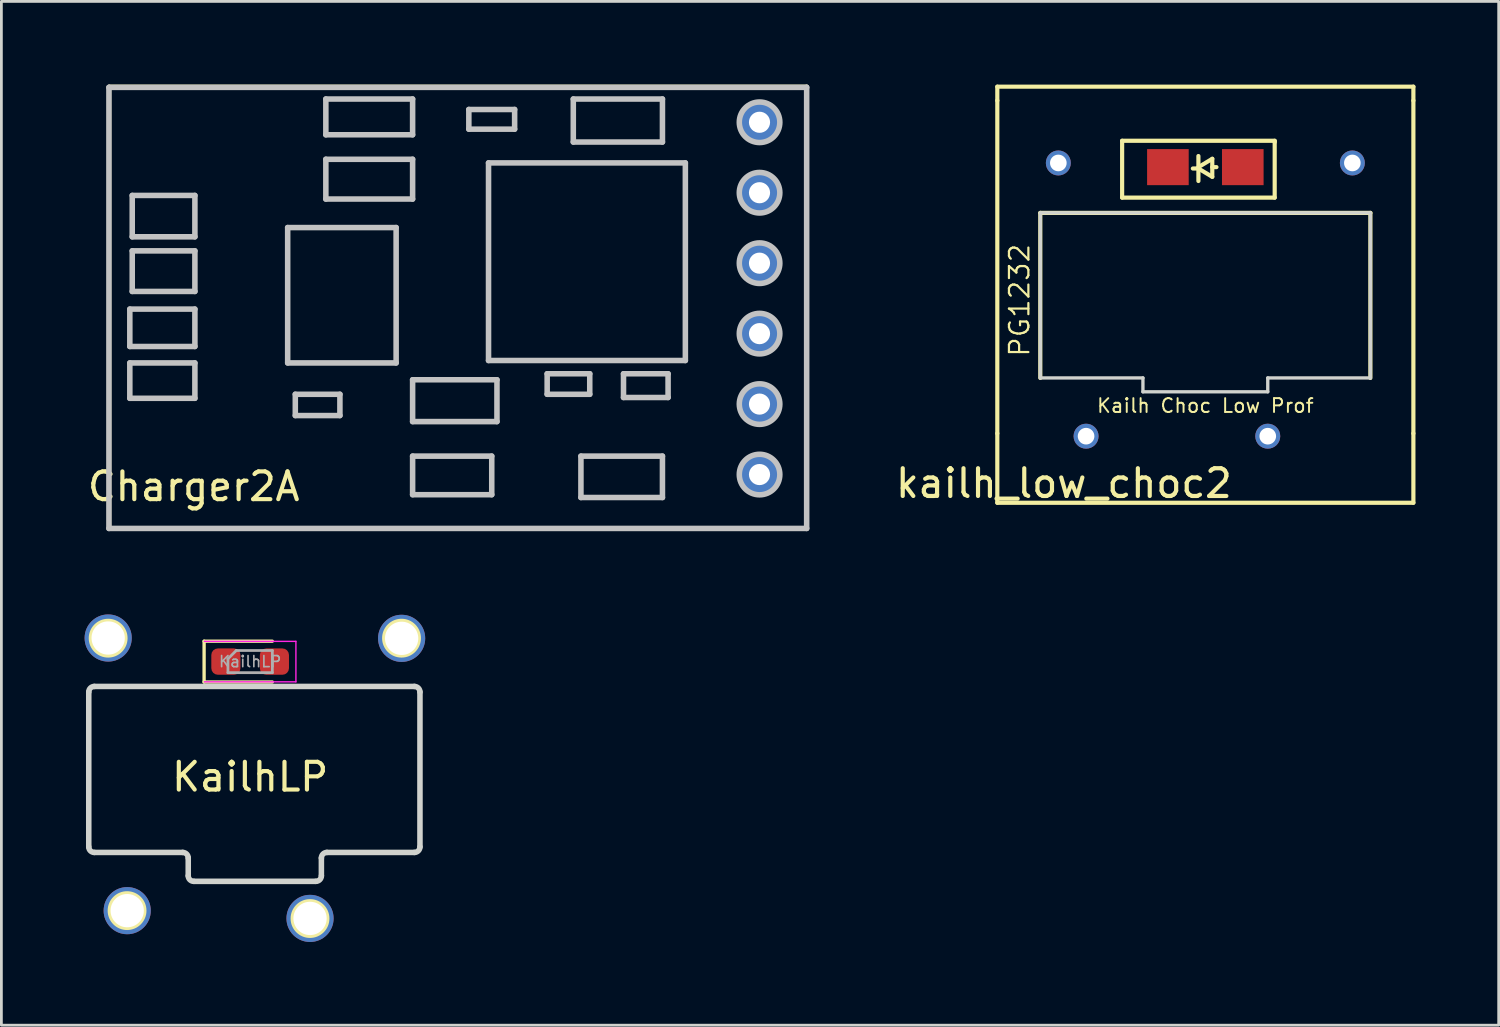
<source format=kicad_pcb>
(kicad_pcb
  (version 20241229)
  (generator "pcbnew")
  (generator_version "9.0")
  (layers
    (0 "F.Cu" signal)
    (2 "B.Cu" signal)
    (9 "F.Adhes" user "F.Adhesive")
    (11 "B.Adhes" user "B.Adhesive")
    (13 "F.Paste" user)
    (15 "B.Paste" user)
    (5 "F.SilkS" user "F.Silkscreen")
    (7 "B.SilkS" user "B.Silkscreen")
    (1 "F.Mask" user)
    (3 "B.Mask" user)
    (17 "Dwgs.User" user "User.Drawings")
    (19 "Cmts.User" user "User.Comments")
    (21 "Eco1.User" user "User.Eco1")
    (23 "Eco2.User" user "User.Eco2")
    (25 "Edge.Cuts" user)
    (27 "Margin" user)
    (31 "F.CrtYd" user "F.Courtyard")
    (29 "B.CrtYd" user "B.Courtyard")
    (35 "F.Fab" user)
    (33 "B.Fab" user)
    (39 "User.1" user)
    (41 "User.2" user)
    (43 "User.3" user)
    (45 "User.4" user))
  (footprint "KailhLP"
    (layer "F.Cu")
    (at 5.968 24.459)
    (property "Reference" "KailhLP" (at 0 0.5 0) (layer "F.SilkS") (effects (font (size 1 1) (thickness 0.15))))
    (attr through_hole)
    (fp_line (start -1.66 -4.393) (end -1.66 -2.923) (stroke (width 0.12) (type solid)) (layer "F.SilkS"))
    (fp_line (start -1.66 -2.923) (end 0.8 -2.923) (stroke (width 0.12) (type solid)) (layer "F.SilkS"))
    (fp_line (start 0.8 -4.393) (end -1.66 -4.393) (stroke (width 0.12) (type solid)) (layer "F.SilkS"))
    (fp_circle (center -5.119 -4.502) (end -4.519 -4.502) (stroke (width 0.2) (type solid)) (fill no) (layer "F.SilkS"))
    (fp_circle (center -4.437 5.32) (end -3.837 5.32) (stroke (width 0.2) (type solid)) (fill no) (layer "F.SilkS"))
    (fp_circle (center 2.158 5.605) (end 2.758 5.605) (stroke (width 0.2) (type solid)) (fill no) (layer "F.SilkS"))
    (fp_circle (center 5.457 -4.502) (end 6.057 -4.502) (stroke (width 0.2) (type solid)) (fill no) (layer "F.SilkS"))
    (fp_line (start -5.818 3.022) (end -5.818 -2.562) (stroke (width 0.2) (type solid)) (layer "Edge.Cuts"))
    (fp_line (start -5.618 -2.762) (end 5.922 -2.762) (stroke (width 0.2) (type solid)) (layer "Edge.Cuts"))
    (fp_line (start -5.618 3.222) (end -2.432 3.222) (stroke (width 0.2) (type solid)) (layer "Edge.Cuts"))
    (fp_line (start -2.232 3.422) (end -2.232 4.064) (stroke (width 0.2) (type solid)) (layer "Edge.Cuts"))
    (fp_line (start -2.032 4.264) (end 2.368 4.264) (stroke (width 0.2) (type solid)) (layer "Edge.Cuts"))
    (fp_line (start 2.568 3.422) (end 2.568 4.064) (stroke (width 0.2) (type solid)) (layer "Edge.Cuts"))
    (fp_line (start 2.768 3.222) (end 5.922 3.222) (stroke (width 0.2) (type solid)) (layer "Edge.Cuts"))
    (fp_line (start 6.122 3.022) (end 6.122 -2.562) (stroke (width 0.2) (type solid)) (layer "Edge.Cuts"))
    (fp_arc (start -5.817941 -2.561768) (mid -5.759362 -2.703189) (end -5.617941 -2.761768) (stroke (width 0.2) (type solid)) (layer "Edge.Cuts"))
    (fp_arc (start -5.617941 3.221903) (mid -5.759362 3.163324) (end -5.817941 3.021903) (stroke (width 0.2) (type solid)) (layer "Edge.Cuts"))
    (fp_arc (start -2.432 3.221903) (mid -2.290579 3.280482) (end -2.232 3.421903) (stroke (width 0.2) (type solid)) (layer "Edge.Cuts"))
    (fp_arc (start -2.032 4.264) (mid -2.173421 4.205421) (end -2.232 4.064) (stroke (width 0.2) (type solid)) (layer "Edge.Cuts"))
    (fp_arc (start 2.56831 3.421903) (mid 2.626889 3.280482) (end 2.76831 3.221903) (stroke (width 0.2) (type solid)) (layer "Edge.Cuts"))
    (fp_arc (start 2.56831 4.064) (mid 2.509731 4.205421) (end 2.36831 4.264) (stroke (width 0.2) (type solid)) (layer "Edge.Cuts"))
    (fp_arc (start 5.921518 -2.761768) (mid 6.062939 -2.703189) (end 6.121518 -2.561768) (stroke (width 0.2) (type solid)) (layer "Edge.Cuts"))
    (fp_arc (start 6.121518 3.021903) (mid 6.062939 3.163324) (end 5.921518 3.221903) (stroke (width 0.2) (type solid)) (layer "Edge.Cuts"))
    (fp_line (start -1.65 -4.388) (end 1.65 -4.388) (stroke (width 0.05) (type solid)) (layer "F.CrtYd"))
    (fp_line (start 1.65 -4.388) (end 1.65 -2.928) (stroke (width 0.05) (type solid)) (layer "F.CrtYd"))
    (fp_line (start 1.65 -2.928) (end -1.65 -2.928) (stroke (width 0.05) (type solid)) (layer "F.CrtYd"))
    (fp_line (start -0.8 -3.758) (end -0.8 -3.258) (stroke (width 0.1) (type solid)) (layer "F.Fab"))
    (fp_line (start -0.8 -3.258) (end 0.8 -3.258) (stroke (width 0.1) (type solid)) (layer "F.Fab"))
    (fp_line (start -0.5 -4.058) (end -0.8 -3.758) (stroke (width 0.1) (type solid)) (layer "F.Fab"))
    (fp_line (start 0.8 -4.058) (end -0.5 -4.058) (stroke (width 0.1) (type solid)) (layer "F.Fab"))
    (fp_line (start 0.8 -3.258) (end 0.8 -4.058) (stroke (width 0.1) (type solid)) (layer "F.Fab"))
    (fp_text user "${REFERENCE}" (at 0 -3.658 0) (layer "F.Fab") (effects (font (size 0.4 0.4) (thickness 0.06))))
    (pad "1" thru_hole circle (at -4.432 5.321) (size 1.7 1.7) (drill 1.2) (layers "*.Cu" "*.Mask"))
    (pad "2" thru_hole circle (at 2.159 5.601) (size 1.7 1.7) (drill 1.2) (layers "*.Cu" "*.Mask"))
    (pad "3" thru_hole circle (at -5.118 -4.508) (size 1.7 1.7) (drill 1.2) (layers "*.Cu" "*.Mask"))
    (pad "3" thru_hole circle (at 5.461 -4.496) (size 1.7 1.7) (drill 1.2) (layers "*.Cu" "*.Mask"))
    (pad "5" smd roundrect (at 0.875 -3.658) (size 1.05 0.95) (layers "F.Cu" "F.Mask" "F.Paste") (roundrect_rratio 0.25))
    (pad "6" smd roundrect (at -0.875 -3.658) (size 1.05 0.95) (layers "F.Cu" "F.Mask" "F.Paste") (roundrect_rratio 0.25)))
  (footprint "kailh_low_choc2"
    (layer "F.Cu")
    (at 40.404 7.575)
    (property "Reference" "kailh_low_choc2" (at -5.1 6.8 0) (layer "F.SilkS") (effects (font (size 1 1) (thickness 0.15))))
    (attr through_hole)
    (fp_line (start -7.5 -7.5) (end 7.5 -7.5) (stroke (width 0.15) (type solid)) (layer "F.SilkS"))
    (fp_line (start -7.5 -7) (end -7.5 -7.5) (stroke (width 0.15) (type solid)) (layer "F.SilkS"))
    (fp_line (start -7.5 -7) (end -7.5 5) (stroke (width 0.15) (type solid)) (layer "F.SilkS"))
    (fp_line (start -7.5 5) (end -7.5 7.5) (stroke (width 0.15) (type solid)) (layer "F.SilkS"))
    (fp_line (start -7.5 7.5) (end 7.5 7.5) (stroke (width 0.15) (type solid)) (layer "F.SilkS"))
    (fp_line (start -5.95 -2.95) (end 5.95 -2.95) (stroke (width 0.15) (type solid)) (layer "F.SilkS"))
    (fp_line (start -5.95 3) (end -5.95 -2.95) (stroke (width 0.15) (type solid)) (layer "F.SilkS"))
    (fp_line (start -3 -5.55) (end -3 -3.5) (stroke (width 0.15) (type solid)) (layer "F.SilkS"))
    (fp_line (start -3 -3.5) (end 2.5 -3.5) (stroke (width 0.15) (type solid)) (layer "F.SilkS"))
    (fp_line (start -0.3 -4.55) (end -0.45 -4.55) (stroke (width 0.15) (type solid)) (layer "F.SilkS"))
    (fp_line (start -0.25 -5) (end -0.25 -4.1) (stroke (width 0.15) (type solid)) (layer "F.SilkS"))
    (fp_line (start -0.25 -4.6) (end 0.25 -4.9) (stroke (width 0.15) (type solid)) (layer "F.SilkS"))
    (fp_line (start 0.25 -4.9) (end 0.25 -4.25) (stroke (width 0.15) (type solid)) (layer "F.SilkS"))
    (fp_line (start 0.25 -4.6) (end 0.4 -4.6) (stroke (width 0.15) (type solid)) (layer "F.SilkS"))
    (fp_line (start 0.25 -4.25) (end -0.25 -4.55) (stroke (width 0.15) (type solid)) (layer "F.SilkS"))
    (fp_line (start 2.5 -5.55) (end -3 -5.55) (stroke (width 0.15) (type solid)) (layer "F.SilkS"))
    (fp_line (start 2.5 -5.5) (end 2.5 -5.55) (stroke (width 0.15) (type solid)) (layer "F.SilkS"))
    (fp_line (start 2.5 -3.5) (end 2.5 -5.5) (stroke (width 0.15) (type solid)) (layer "F.SilkS"))
    (fp_line (start 5.95 -2.95) (end 5.95 3) (stroke (width 0.15) (type solid)) (layer "F.SilkS"))
    (fp_line (start 7.5 -7.5) (end 7.5 -7) (stroke (width 0.15) (type solid)) (layer "F.SilkS"))
    (fp_line (start 7.5 -7) (end 7.5 5) (stroke (width 0.15) (type solid)) (layer "F.SilkS"))
    (fp_line (start 7.5 7.5) (end 7.5 5) (stroke (width 0.15) (type solid)) (layer "F.SilkS"))
    (fp_line (start -5.95 -2.95) (end 5.95 -2.95) (stroke (width 0.12) (type solid)) (layer "Edge.Cuts"))
    (fp_line (start -5.95 3) (end -5.95 -2.95) (stroke (width 0.12) (type solid)) (layer "Edge.Cuts"))
    (fp_line (start -2.25 3) (end -5.95 3) (stroke (width 0.12) (type solid)) (layer "Edge.Cuts"))
    (fp_line (start -2.25 3) (end -2.25 3.5) (stroke (width 0.12) (type solid)) (layer "Edge.Cuts"))
    (fp_line (start -2.25 3.5) (end 2.25 3.5) (stroke (width 0.12) (type solid)) (layer "Edge.Cuts"))
    (fp_line (start 2.25 3) (end 5.95 3) (stroke (width 0.12) (type solid)) (layer "Edge.Cuts"))
    (fp_line (start 2.25 3.5) (end 2.25 3) (stroke (width 0.12) (type solid)) (layer "Edge.Cuts"))
    (fp_line (start 5.95 -2.95) (end 5.95 3) (stroke (width 0.12) (type solid)) (layer "Edge.Cuts"))
    (fp_line (start 2.25 5.1) (end 2.25 4.95) (stroke (width 0.12) (type solid)) (layer "F.CrtYd"))
    (fp_text user "Kailh Choc Low Prof" (at 0 4 0) (layer "F.SilkS") (effects (font (size 0.5 0.5) (thickness 0.07))))
    (fp_text user "PG1232" (at -6.7 0.2 90) (layer "F.SilkS") (effects (font (size 0.7 0.7) (thickness 0.08))))
    (pad "1" thru_hole circle (at -4.3 5.1) (size 0.9 0.9) (drill 0.6) (layers "*.Cu" "*.Mask"))
    (pad "2" thru_hole circle (at 2.25 5.1) (size 0.9 0.9) (drill 0.6) (layers "*.Cu" "*.Mask"))
    (pad "3" thru_hole circle (at 5.3 -4.75) (size 0.9 0.9) (drill 0.6) (layers "*.Cu" "*.Mask"))
    (pad "4" thru_hole circle (at -5.3 -4.75) (size 0.9 0.9) (drill 0.6) (layers "*.Cu" "*.Mask"))
    (pad "5" smd rect (at 1.35 -4.6) (size 1.5 1.3) (layers "F.Cu" "F.Mask" "F.Paste"))
    (pad "6" smd rect (at -1.35 -4.6) (size 1.5 1.3) (layers "F.Cu" "F.Mask" "F.Paste")))
  (footprint "Charger2A"
    (layer "F.Cu")
    (at 1.077 15.76)
    (property "Reference" "Charger2A" (at 2.857 -1.27 0) (layer "F.SilkS") (effects (font (size 1 1) (thickness 0.15))))
    (attr through_hole)
    (fp_line (start -0.191 -15.684) (end 24.956 -15.684) (stroke (width 0.15) (type solid)) (layer "F.SilkS"))
    (fp_line (start -0.191 0.254) (end -0.191 -15.684) (stroke (width 0.15) (type solid)) (layer "F.SilkS"))
    (fp_line (start 24.956 -15.684) (end 24.956 0.254) (stroke (width 0.15) (type solid)) (layer "F.SilkS"))
    (fp_line (start 24.956 0.254) (end -0.191 0.254) (stroke (width 0.15) (type solid)) (layer "F.SilkS"))
    (fp_line (start -0.2 -15.66) (end -0.2 0.241) (stroke (width 0.2) (type solid)) (layer "Dwgs.User"))
    (fp_line (start -0.2 0.241) (end 24.954 0.241) (stroke (width 0.2) (type solid)) (layer "Dwgs.User"))
    (fp_line (start 0.553 -7.666) (end 0.553 -6.319) (stroke (width 0.2) (type solid)) (layer "Dwgs.User"))
    (fp_line (start 0.553 -6.319) (end 2.899 -6.319) (stroke (width 0.2) (type solid)) (layer "Dwgs.User"))
    (fp_line (start 0.553 -5.726) (end 0.553 -4.451) (stroke (width 0.2) (type solid)) (layer "Dwgs.User"))
    (fp_line (start 0.553 -4.451) (end 2.899 -4.451) (stroke (width 0.2) (type solid)) (layer "Dwgs.User"))
    (fp_line (start 0.64 -11.764) (end 0.64 -10.273) (stroke (width 0.2) (type solid)) (layer "Dwgs.User"))
    (fp_line (start 0.64 -10.273) (end 2.899 -10.273) (stroke (width 0.2) (type solid)) (layer "Dwgs.User"))
    (fp_line (start 0.64 -9.766) (end 0.64 -8.303) (stroke (width 0.2) (type solid)) (layer "Dwgs.User"))
    (fp_line (start 0.64 -8.303) (end 2.899 -8.303) (stroke (width 0.2) (type solid)) (layer "Dwgs.User"))
    (fp_line (start 2.899 -11.764) (end 0.64 -11.764) (stroke (width 0.2) (type solid)) (layer "Dwgs.User"))
    (fp_line (start 2.899 -10.273) (end 2.899 -11.764) (stroke (width 0.2) (type solid)) (layer "Dwgs.User"))
    (fp_line (start 2.899 -9.766) (end 0.64 -9.766) (stroke (width 0.2) (type solid)) (layer "Dwgs.User"))
    (fp_line (start 2.899 -8.303) (end 2.899 -9.766) (stroke (width 0.2) (type solid)) (layer "Dwgs.User"))
    (fp_line (start 2.899 -7.666) (end 0.553 -7.666) (stroke (width 0.2) (type solid)) (layer "Dwgs.User"))
    (fp_line (start 2.899 -6.319) (end 2.899 -7.666) (stroke (width 0.2) (type solid)) (layer "Dwgs.User"))
    (fp_line (start 2.899 -5.726) (end 0.553 -5.726) (stroke (width 0.2) (type solid)) (layer "Dwgs.User"))
    (fp_line (start 2.899 -4.451) (end 2.899 -5.726) (stroke (width 0.2) (type solid)) (layer "Dwgs.User"))
    (fp_line (start 6.244 -10.606) (end 6.244 -5.726) (stroke (width 0.2) (type solid)) (layer "Dwgs.User"))
    (fp_line (start 6.244 -5.726) (end 10.154 -5.726) (stroke (width 0.2) (type solid)) (layer "Dwgs.User"))
    (fp_line (start 6.519 -4.596) (end 6.519 -3.829) (stroke (width 0.2) (type solid)) (layer "Dwgs.User"))
    (fp_line (start 6.519 -3.829) (end 8.127 -3.829) (stroke (width 0.2) (type solid)) (layer "Dwgs.User"))
    (fp_line (start 7.62 -15.24) (end 7.62 -13.951) (stroke (width 0.2) (type solid)) (layer "Dwgs.User"))
    (fp_line (start 7.62 -13.951) (end 10.748 -13.951) (stroke (width 0.2) (type solid)) (layer "Dwgs.User"))
    (fp_line (start 7.62 -13.068) (end 7.62 -11.634) (stroke (width 0.2) (type solid)) (layer "Dwgs.User"))
    (fp_line (start 7.62 -11.634) (end 10.748 -11.634) (stroke (width 0.2) (type solid)) (layer "Dwgs.User"))
    (fp_line (start 8.127 -4.596) (end 6.519 -4.596) (stroke (width 0.2) (type solid)) (layer "Dwgs.User"))
    (fp_line (start 8.127 -3.829) (end 8.127 -4.596) (stroke (width 0.2) (type solid)) (layer "Dwgs.User"))
    (fp_line (start 10.154 -10.606) (end 6.244 -10.606) (stroke (width 0.2) (type solid)) (layer "Dwgs.User"))
    (fp_line (start 10.154 -5.726) (end 10.154 -10.606) (stroke (width 0.2) (type solid)) (layer "Dwgs.User"))
    (fp_line (start 10.748 -15.24) (end 7.62 -15.24) (stroke (width 0.2) (type solid)) (layer "Dwgs.User"))
    (fp_line (start 10.748 -13.951) (end 10.748 -15.24) (stroke (width 0.2) (type solid)) (layer "Dwgs.User"))
    (fp_line (start 10.748 -13.068) (end 7.62 -13.068) (stroke (width 0.2) (type solid)) (layer "Dwgs.User"))
    (fp_line (start 10.748 -11.634) (end 10.748 -13.068) (stroke (width 0.2) (type solid)) (layer "Dwgs.User"))
    (fp_line (start 10.748 -5.118) (end 10.748 -3.611) (stroke (width 0.2) (type solid)) (layer "Dwgs.User"))
    (fp_line (start 10.748 -3.611) (end 13.789 -3.611) (stroke (width 0.2) (type solid)) (layer "Dwgs.User"))
    (fp_line (start 10.748 -2.366) (end 10.748 -0.976) (stroke (width 0.2) (type solid)) (layer "Dwgs.User"))
    (fp_line (start 10.748 -0.976) (end 13.601 -0.976) (stroke (width 0.2) (type solid)) (layer "Dwgs.User"))
    (fp_line (start 12.775 -14.863) (end 12.775 -14.154) (stroke (width 0.2) (type solid)) (layer "Dwgs.User"))
    (fp_line (start 12.775 -14.154) (end 14.426 -14.154) (stroke (width 0.2) (type solid)) (layer "Dwgs.User"))
    (fp_line (start 13.485 -12.937) (end 13.485 -5.813) (stroke (width 0.2) (type solid)) (layer "Dwgs.User"))
    (fp_line (start 13.485 -5.813) (end 20.581 -5.813) (stroke (width 0.2) (type solid)) (layer "Dwgs.User"))
    (fp_line (start 13.601 -2.366) (end 10.748 -2.366) (stroke (width 0.2) (type solid)) (layer "Dwgs.User"))
    (fp_line (start 13.601 -0.976) (end 13.601 -2.366) (stroke (width 0.2) (type solid)) (layer "Dwgs.User"))
    (fp_line (start 13.789 -5.118) (end 10.748 -5.118) (stroke (width 0.2) (type solid)) (layer "Dwgs.User"))
    (fp_line (start 13.789 -3.611) (end 13.789 -5.118) (stroke (width 0.2) (type solid)) (layer "Dwgs.User"))
    (fp_line (start 14.426 -14.863) (end 12.775 -14.863) (stroke (width 0.2) (type solid)) (layer "Dwgs.User"))
    (fp_line (start 14.426 -14.154) (end 14.426 -14.863) (stroke (width 0.2) (type solid)) (layer "Dwgs.User"))
    (fp_line (start 15.599 -5.335) (end 15.599 -4.596) (stroke (width 0.2) (type solid)) (layer "Dwgs.User"))
    (fp_line (start 15.599 -4.596) (end 17.134 -4.596) (stroke (width 0.2) (type solid)) (layer "Dwgs.User"))
    (fp_line (start 16.541 -15.24) (end 16.541 -13.69) (stroke (width 0.2) (type solid)) (layer "Dwgs.User"))
    (fp_line (start 16.541 -13.69) (end 19.755 -13.69) (stroke (width 0.2) (type solid)) (layer "Dwgs.User"))
    (fp_line (start 16.816 -2.366) (end 16.816 -0.874) (stroke (width 0.2) (type solid)) (layer "Dwgs.User"))
    (fp_line (start 16.816 -0.874) (end 19.755 -0.874) (stroke (width 0.2) (type solid)) (layer "Dwgs.User"))
    (fp_line (start 17.134 -5.335) (end 15.599 -5.335) (stroke (width 0.2) (type solid)) (layer "Dwgs.User"))
    (fp_line (start 17.134 -4.596) (end 17.134 -5.335) (stroke (width 0.2) (type solid)) (layer "Dwgs.User"))
    (fp_line (start 18.351 -5.335) (end 18.351 -4.48) (stroke (width 0.2) (type solid)) (layer "Dwgs.User"))
    (fp_line (start 18.351 -4.48) (end 19.958 -4.48) (stroke (width 0.2) (type solid)) (layer "Dwgs.User"))
    (fp_line (start 19.755 -15.24) (end 16.541 -15.24) (stroke (width 0.2) (type solid)) (layer "Dwgs.User"))
    (fp_line (start 19.755 -13.69) (end 19.755 -15.24) (stroke (width 0.2) (type solid)) (layer "Dwgs.User"))
    (fp_line (start 19.755 -2.366) (end 16.816 -2.366) (stroke (width 0.2) (type solid)) (layer "Dwgs.User"))
    (fp_line (start 19.755 -0.874) (end 19.755 -2.366) (stroke (width 0.2) (type solid)) (layer "Dwgs.User"))
    (fp_line (start 19.958 -5.335) (end 18.351 -5.335) (stroke (width 0.2) (type solid)) (layer "Dwgs.User"))
    (fp_line (start 19.958 -4.48) (end 19.958 -5.335) (stroke (width 0.2) (type solid)) (layer "Dwgs.User"))
    (fp_line (start 20.581 -12.937) (end 13.485 -12.937) (stroke (width 0.2) (type solid)) (layer "Dwgs.User"))
    (fp_line (start 20.581 -5.813) (end 20.581 -12.937) (stroke (width 0.2) (type solid)) (layer "Dwgs.User"))
    (fp_line (start 24.954 -15.66) (end -0.2 -15.66) (stroke (width 0.2) (type solid)) (layer "Dwgs.User"))
    (fp_line (start 24.954 0.241) (end 24.954 -15.66) (stroke (width 0.2) (type solid)) (layer "Dwgs.User"))
    (fp_circle (center 23.256 -14.402) (end 23.987 -14.402) (stroke (width 0.2) (type solid)) (fill no) (layer "Dwgs.User"))
    (fp_circle (center 23.256 -11.862) (end 23.987 -11.862) (stroke (width 0.2) (type solid)) (fill no) (layer "Dwgs.User"))
    (fp_circle (center 23.256 -9.322) (end 23.987 -9.322) (stroke (width 0.2) (type solid)) (fill no) (layer "Dwgs.User"))
    (fp_circle (center 23.256 -6.782) (end 23.987 -6.782) (stroke (width 0.2) (type solid)) (fill no) (layer "Dwgs.User"))
    (fp_circle (center 23.256 -4.242) (end 23.987 -4.242) (stroke (width 0.2) (type solid)) (fill no) (layer "Dwgs.User"))
    (fp_circle (center 23.256 -1.702) (end 23.987 -1.702) (stroke (width 0.2) (type solid)) (fill no) (layer "Dwgs.User"))
    (pad "1" thru_hole circle (at 23.254 -14.402) (size 1.524 1.524) (drill 0.762) (layers "*.Cu" "*.Mask"))
    (pad "2" thru_hole circle (at 23.254 -11.862) (size 1.524 1.524) (drill 0.762) (layers "*.Cu" "*.Mask"))
    (pad "3" thru_hole circle (at 23.254 -9.322) (size 1.524 1.524) (drill 0.762) (layers "*.Cu" "*.Mask"))
    (pad "4" thru_hole circle (at 23.254 -6.782) (size 1.524 1.524) (drill 0.762) (layers "*.Cu" "*.Mask"))
    (pad "5" thru_hole circle (at 23.254 -4.242) (size 1.524 1.524) (drill 0.762) (layers "*.Cu" "*.Mask"))
    (pad "6" thru_hole circle (at 23.254 -1.702) (size 1.524 1.524) (drill 0.762) (layers "*.Cu" "*.Mask")))
  (gr_rect
    (start -3 -3)
    (end 50.979 33.91)
    (stroke (width 0.1) (type default))
    (fill no)
    (layer "Edge.Cuts")))
</source>
